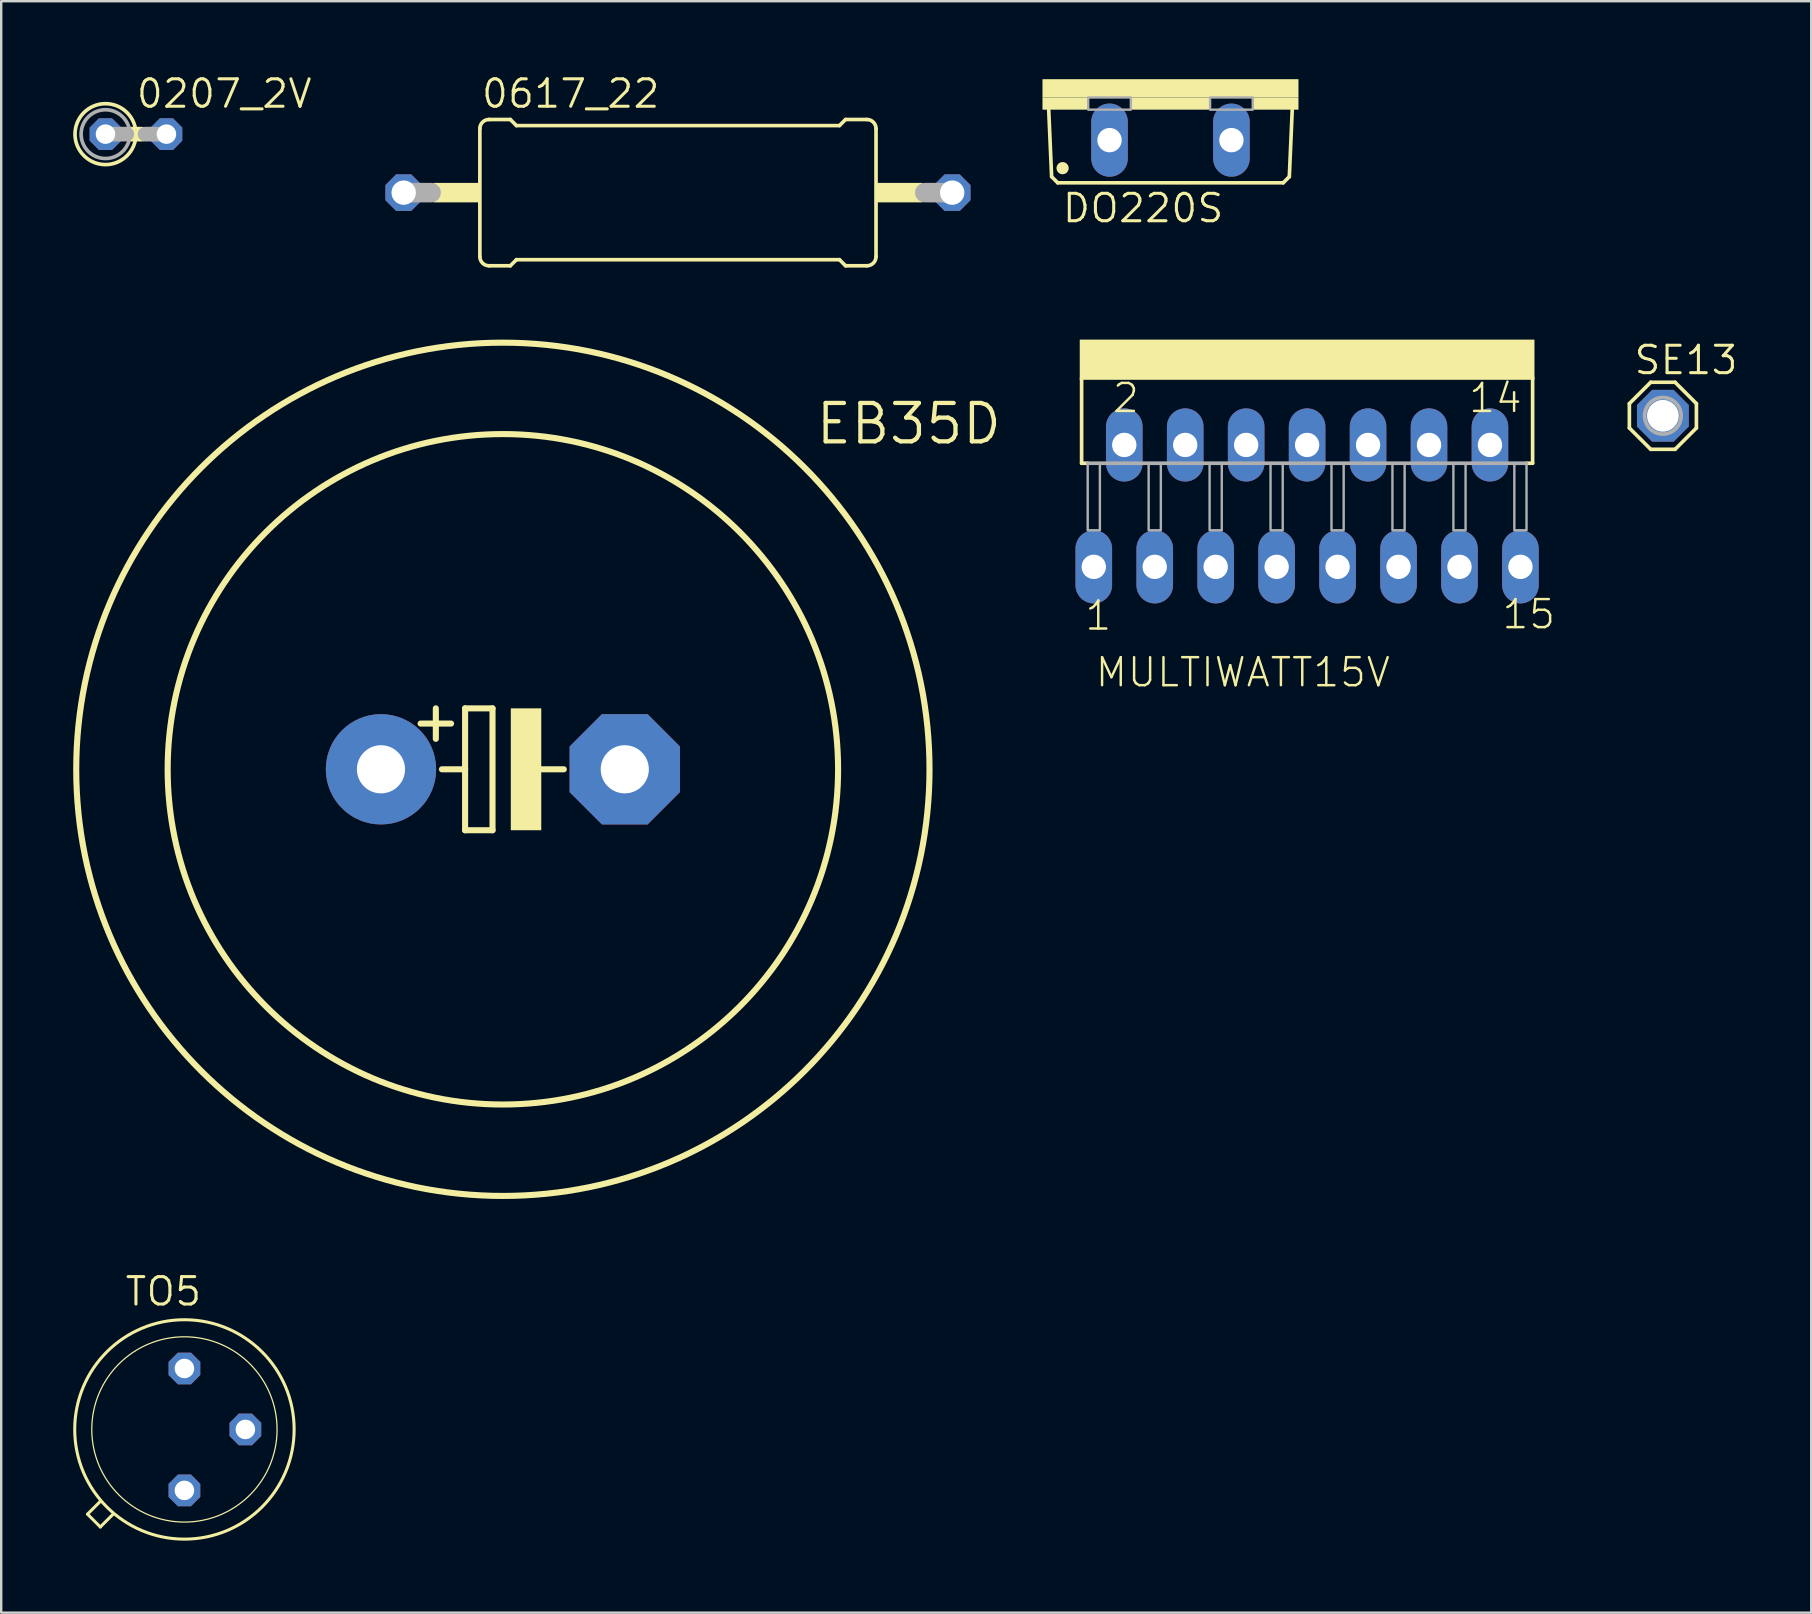
<source format=kicad_pcb>
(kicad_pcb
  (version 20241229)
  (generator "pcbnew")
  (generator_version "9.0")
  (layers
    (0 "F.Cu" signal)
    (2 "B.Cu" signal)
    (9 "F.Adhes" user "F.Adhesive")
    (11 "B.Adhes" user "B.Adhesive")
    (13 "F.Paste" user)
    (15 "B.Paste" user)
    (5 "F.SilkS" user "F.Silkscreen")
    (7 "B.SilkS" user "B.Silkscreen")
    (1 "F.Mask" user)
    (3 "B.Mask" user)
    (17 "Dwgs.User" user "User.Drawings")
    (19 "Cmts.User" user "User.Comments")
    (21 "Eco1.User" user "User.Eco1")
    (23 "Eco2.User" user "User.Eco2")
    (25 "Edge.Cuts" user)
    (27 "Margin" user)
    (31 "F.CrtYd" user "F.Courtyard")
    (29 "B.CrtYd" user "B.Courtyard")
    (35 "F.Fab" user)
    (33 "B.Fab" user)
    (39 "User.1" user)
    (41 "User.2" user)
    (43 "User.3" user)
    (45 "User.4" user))
  (footprint "0617_22"
    (layer "F.Cu")
    (at 25.203 4.978)
    (property "Reference" "0617_22" (at -8.255 -3.454 0) (layer "F.SilkS") (effects (font (size 1.143 1.143) (thickness 0.127)) (justify left bottom)))
    (fp_line (start -8.255 2.667) (end -8.255 -2.667) (stroke (width 0.152) (type solid)) (layer "F.SilkS"))
    (fp_line (start -7.874 -3.048) (end -6.985 -3.048) (stroke (width 0.152) (type solid)) (layer "F.SilkS"))
    (fp_line (start -7.874 3.048) (end -6.985 3.048) (stroke (width 0.152) (type solid)) (layer "F.SilkS"))
    (fp_line (start -6.731 -2.794) (end -6.985 -3.048) (stroke (width 0.152) (type solid)) (layer "F.SilkS"))
    (fp_line (start -6.731 2.794) (end -6.985 3.048) (stroke (width 0.152) (type solid)) (layer "F.SilkS"))
    (fp_line (start 6.731 -2.794) (end -6.731 -2.794) (stroke (width 0.152) (type solid)) (layer "F.SilkS"))
    (fp_line (start 6.731 -2.794) (end 6.985 -3.048) (stroke (width 0.152) (type solid)) (layer "F.SilkS"))
    (fp_line (start 6.731 2.794) (end -6.731 2.794) (stroke (width 0.152) (type solid)) (layer "F.SilkS"))
    (fp_line (start 6.731 2.794) (end 6.985 3.048) (stroke (width 0.152) (type solid)) (layer "F.SilkS"))
    (fp_line (start 7.874 -3.048) (end 6.985 -3.048) (stroke (width 0.152) (type solid)) (layer "F.SilkS"))
    (fp_line (start 7.874 3.048) (end 6.985 3.048) (stroke (width 0.152) (type solid)) (layer "F.SilkS"))
    (fp_line (start 8.255 2.667) (end 8.255 -2.667) (stroke (width 0.152) (type solid)) (layer "F.SilkS"))
    (fp_arc (start -8.255 -2.667) (mid -8.143408 -2.936408) (end -7.874 -3.048) (stroke (width 0.1524) (type solid)) (layer "F.SilkS"))
    (fp_arc (start -7.874 3.048) (mid -8.143408 2.936408) (end -8.255 2.667) (stroke (width 0.1524) (type solid)) (layer "F.SilkS"))
    (fp_arc (start 7.874 -3.048) (mid 8.143408 -2.936408) (end 8.255 -2.667) (stroke (width 0.1524) (type solid)) (layer "F.SilkS"))
    (fp_arc (start 8.255 2.667) (mid 8.143408 2.936408) (end 7.874 3.048) (stroke (width 0.1524) (type solid)) (layer "F.SilkS"))
    (fp_poly (pts (xy -10.185 0.406) (xy -8.255 0.406) (xy -8.255 -0.406) (xy -10.185 -0.406)) (stroke (width 0) (type solid)) (fill yes) (layer "F.SilkS"))
    (fp_poly (pts (xy 8.255 0.406) (xy 10.185 0.406) (xy 10.185 -0.406) (xy 8.255 -0.406)) (stroke (width 0) (type solid)) (fill yes) (layer "F.SilkS"))
    (fp_line (start -10.287 0) (end -11.43 0) (stroke (width 0.813) (type solid)) (layer "F.Fab"))
    (fp_line (start 11.43 0) (end 10.287 0) (stroke (width 0.813) (type solid)) (layer "F.Fab"))
    (pad "1" thru_hole roundrect (at -11.43 0) (size 1.524 1.524) (drill 1.016) (layers "*.Cu" "*.Mask") (roundrect_rratio 0.25) (chamfer_ratio 0.293) (chamfer top_left top_right bottom_left bottom_right))
    (pad "2" thru_hole roundrect (at 11.43 0) (size 1.524 1.524) (drill 1.016) (layers "*.Cu" "*.Mask") (roundrect_rratio 0.25) (chamfer_ratio 0.293) (chamfer top_left top_right bottom_left bottom_right)))
  (footprint "MULTIWATT15V"
    (layer "F.Cu")
    (at 51.423 12.953)
    (property "Reference" "MULTIWATT15V" (at -8.89 12.7 0) (layer "F.SilkS") (effects (font (size 1.168 1.168) (thickness 0.102)) (justify left bottom)))
    (fp_line (start -9.398 -0.254) (end -9.398 3.302) (stroke (width 0.152) (type solid)) (layer "F.SilkS"))
    (fp_line (start -9.398 3.302) (end -9.144 3.302) (stroke (width 0.152) (type solid)) (layer "F.SilkS"))
    (fp_line (start 9.144 3.302) (end 9.398 3.302) (stroke (width 0.152) (type solid)) (layer "F.SilkS"))
    (fp_line (start 9.398 -0.254) (end 9.398 3.302) (stroke (width 0.152) (type solid)) (layer "F.SilkS"))
    (fp_poly (pts (xy -9.475 -0.175) (xy 9.475 -0.175) (xy 9.475 -1.85) (xy -9.475 -1.85)) (stroke (width 0) (type solid)) (fill yes) (layer "F.SilkS"))
    (fp_line (start -9.144 3.302) (end 9.144 3.302) (stroke (width 0.152) (type solid)) (layer "F.Fab"))
    (fp_poly (pts (xy -9.144 6.096) (xy -8.636 6.096) (xy -8.636 3.302) (xy -9.144 3.302)) (stroke (width 0.1) (type solid)) (fill no) (layer "F.Fab"))
    (fp_poly (pts (xy -6.604 6.096) (xy -6.096 6.096) (xy -6.096 3.302) (xy -6.604 3.302)) (stroke (width 0.1) (type solid)) (fill no) (layer "F.Fab"))
    (fp_poly (pts (xy -4.064 6.096) (xy -3.556 6.096) (xy -3.556 3.302) (xy -4.064 3.302)) (stroke (width 0.1) (type solid)) (fill no) (layer "F.Fab"))
    (fp_poly (pts (xy -1.524 6.096) (xy -1.016 6.096) (xy -1.016 3.302) (xy -1.524 3.302)) (stroke (width 0.1) (type solid)) (fill no) (layer "F.Fab"))
    (fp_poly (pts (xy 1.016 6.096) (xy 1.524 6.096) (xy 1.524 3.302) (xy 1.016 3.302)) (stroke (width 0.1) (type solid)) (fill no) (layer "F.Fab"))
    (fp_poly (pts (xy 3.556 6.096) (xy 4.064 6.096) (xy 4.064 3.302) (xy 3.556 3.302)) (stroke (width 0.1) (type solid)) (fill no) (layer "F.Fab"))
    (fp_poly (pts (xy 6.096 6.096) (xy 6.604 6.096) (xy 6.604 3.302) (xy 6.096 3.302)) (stroke (width 0.1) (type solid)) (fill no) (layer "F.Fab"))
    (fp_poly (pts (xy 8.636 6.096) (xy 9.144 6.096) (xy 9.144 3.302) (xy 8.636 3.302)) (stroke (width 0.1) (type solid)) (fill no) (layer "F.Fab"))
    (fp_text user "14" (at 6.668 1.27 0) (layer "F.SilkS") (effects (font (size 1.168 1.168) (thickness 0.102)) (justify left bottom)))
    (fp_text user "15" (at 8.058 10.279 0) (layer "F.SilkS") (effects (font (size 1.168 1.168) (thickness 0.102)) (justify left bottom)))
    (fp_text user "2" (at -8.177 1.27 0) (layer "F.SilkS") (effects (font (size 1.168 1.168) (thickness 0.102)) (justify left bottom)))
    (fp_text user "1" (at -9.327 10.338 0) (layer "F.SilkS") (effects (font (size 1.168 1.168) (thickness 0.102)) (justify left bottom)))
    (pad "1" thru_hole oval (at -8.89 7.62 90) (size 3.048 1.524) (drill 1.016) (layers "*.Cu" "*.Mask"))
    (pad "2" thru_hole oval (at -7.62 2.54 90) (size 3.048 1.524) (drill 1.016) (layers "*.Cu" "*.Mask"))
    (pad "3" thru_hole oval (at -6.35 7.62 90) (size 3.048 1.524) (drill 1.016) (layers "*.Cu" "*.Mask"))
    (pad "4" thru_hole oval (at -5.08 2.54 90) (size 3.048 1.524) (drill 1.016) (layers "*.Cu" "*.Mask"))
    (pad "5" thru_hole oval (at -3.81 7.62 90) (size 3.048 1.524) (drill 1.016) (layers "*.Cu" "*.Mask"))
    (pad "6" thru_hole oval (at -2.54 2.54 90) (size 3.048 1.524) (drill 1.016) (layers "*.Cu" "*.Mask"))
    (pad "7" thru_hole oval (at -1.27 7.62 90) (size 3.048 1.524) (drill 1.016) (layers "*.Cu" "*.Mask"))
    (pad "8" thru_hole oval (at 0 2.54 90) (size 3.048 1.524) (drill 1.016) (layers "*.Cu" "*.Mask"))
    (pad "9" thru_hole oval (at 1.27 7.62 90) (size 3.048 1.524) (drill 1.016) (layers "*.Cu" "*.Mask"))
    (pad "10" thru_hole oval (at 2.54 2.54 90) (size 3.048 1.524) (drill 1.016) (layers "*.Cu" "*.Mask"))
    (pad "11" thru_hole oval (at 3.81 7.62 90) (size 3.048 1.524) (drill 1.016) (layers "*.Cu" "*.Mask"))
    (pad "12" thru_hole oval (at 5.08 2.54 90) (size 3.048 1.524) (drill 1.016) (layers "*.Cu" "*.Mask"))
    (pad "13" thru_hole oval (at 6.35 7.62 90) (size 3.048 1.524) (drill 1.016) (layers "*.Cu" "*.Mask"))
    (pad "14" thru_hole oval (at 7.62 2.54 90) (size 3.048 1.524) (drill 1.016) (layers "*.Cu" "*.Mask"))
    (pad "15" thru_hole oval (at 8.89 7.62 90) (size 3.048 1.524) (drill 1.016) (layers "*.Cu" "*.Mask")))
  (footprint "DO220S"
    (layer "F.Cu")
    (at 45.729 0.25)
    (property "Reference" "DO220S" (at -4.572 6.045 0) (layer "F.SilkS") (effects (font (size 1.143 1.143) (thickness 0.127)) (justify left bottom)))
    (fp_line (start -4.953 4.064) (end -5.08 1.143) (stroke (width 0.152) (type solid)) (layer "F.SilkS"))
    (fp_line (start -4.953 4.064) (end -4.699 4.318) (stroke (width 0.152) (type solid)) (layer "F.SilkS"))
    (fp_line (start 4.699 4.318) (end -4.699 4.318) (stroke (width 0.152) (type solid)) (layer "F.SilkS"))
    (fp_line (start 4.699 4.318) (end 4.953 4.064) (stroke (width 0.152) (type solid)) (layer "F.SilkS"))
    (fp_line (start 5.08 1.143) (end 4.953 4.064) (stroke (width 0.152) (type solid)) (layer "F.SilkS"))
    (fp_circle (center -4.496 3.708) (end -4.369 3.708) (stroke (width 0.254) (type solid)) (fill yes) (layer "F.SilkS"))
    (fp_poly (pts (xy -5.334 0.762) (xy 5.334 0.762) (xy 5.334 0) (xy -5.334 0)) (stroke (width 0) (type solid)) (fill yes) (layer "F.SilkS"))
    (fp_poly (pts (xy -5.334 1.27) (xy -3.429 1.27) (xy -3.429 0.762) (xy -5.334 0.762)) (stroke (width 0) (type solid)) (fill yes) (layer "F.SilkS"))
    (fp_poly (pts (xy -1.651 1.27) (xy 1.651 1.27) (xy 1.651 0.762) (xy -1.651 0.762)) (stroke (width 0) (type solid)) (fill yes) (layer "F.SilkS"))
    (fp_poly (pts (xy 3.429 1.27) (xy 5.334 1.27) (xy 5.334 0.762) (xy 3.429 0.762)) (stroke (width 0) (type solid)) (fill yes) (layer "F.SilkS"))
    (fp_poly (pts (xy -3.429 1.27) (xy -1.651 1.27) (xy -1.651 0.762) (xy -3.429 0.762)) (stroke (width 0.1) (type solid)) (fill no) (layer "F.Fab"))
    (fp_poly (pts (xy 1.651 1.27) (xy 3.429 1.27) (xy 3.429 0.762) (xy 1.651 0.762)) (stroke (width 0.1) (type solid)) (fill no) (layer "F.Fab"))
    (pad "A" thru_hole oval (at 2.54 2.54 90) (size 3.048 1.524) (drill 1.016) (layers "*.Cu" "*.Mask"))
    (pad "C" thru_hole oval (at -2.54 2.54 90) (size 3.048 1.524) (drill 1.016) (layers "*.Cu" "*.Mask")))
  (footprint "EB35D"
    (layer "F.Cu")
    (at 17.907 29.01)
    (property "Reference" "EB35D" (at 12.954 -13.462 0) (layer "F.SilkS") (effects (font (size 1.6 1.6) (thickness 0.178)) (justify left bottom)))
    (fp_line (start -2.794 -2.54) (end -2.794 -1.27) (stroke (width 0.254) (type solid)) (layer "F.SilkS"))
    (fp_line (start -2.54 0) (end -1.575 0) (stroke (width 0.254) (type solid)) (layer "F.SilkS"))
    (fp_line (start -2.159 -1.905) (end -3.429 -1.905) (stroke (width 0.254) (type solid)) (layer "F.SilkS"))
    (fp_line (start -1.575 -2.54) (end -0.432 -2.54) (stroke (width 0.254) (type solid)) (layer "F.SilkS"))
    (fp_line (start -1.575 0) (end -1.575 -2.54) (stroke (width 0.254) (type solid)) (layer "F.SilkS"))
    (fp_line (start -1.575 2.54) (end -1.575 0) (stroke (width 0.254) (type solid)) (layer "F.SilkS"))
    (fp_line (start -0.432 -2.54) (end -0.432 2.54) (stroke (width 0.254) (type solid)) (layer "F.SilkS"))
    (fp_line (start -0.432 2.54) (end -1.575 2.54) (stroke (width 0.254) (type solid)) (layer "F.SilkS"))
    (fp_line (start 1.397 0) (end 2.54 0) (stroke (width 0.254) (type solid)) (layer "F.SilkS"))
    (fp_circle (center 0 0) (end 13.97 0) (stroke (width 0.254) (type solid)) (fill no) (layer "F.SilkS"))
    (fp_circle (center 0 0) (end 17.78 0) (stroke (width 0.254) (type solid)) (fill no) (layer "F.SilkS"))
    (fp_poly (pts (xy 0.33 2.54) (xy 1.6 2.54) (xy 1.6 -2.54) (xy 0.33 -2.54)) (stroke (width 0) (type solid)) (fill yes) (layer "F.SilkS"))
    (pad "+" thru_hole circle (at -5.08 0) (size 4.597 4.597) (drill 2.007) (layers "*.Cu" "*.Mask"))
    (pad "-" thru_hole roundrect (at 5.08 0) (size 4.597 4.597) (drill 2.007) (layers "*.Cu" "*.Mask") (roundrect_rratio 0.25) (chamfer_ratio 0.293) (chamfer top_left top_right bottom_left bottom_right)))
  (footprint "TO5"
    (layer "F.Cu")
    (at 4.636 56.521)
    (property "Reference" "TO5" (at -2.54 -5.08 0) (layer "F.SilkS") (effects (font (size 1.143 1.143) (thickness 0.127)) (justify left bottom)))
    (fp_line (start -4.039 3.531) (end -3.505 2.997) (stroke (width 0.127) (type solid)) (layer "F.SilkS"))
    (fp_line (start -3.505 4.064) (end -4.039 3.531) (stroke (width 0.127) (type solid)) (layer "F.SilkS"))
    (fp_line (start -2.972 3.531) (end -3.505 4.064) (stroke (width 0.127) (type solid)) (layer "F.SilkS"))
    (fp_circle (center 0 0) (end 3.861 0) (stroke (width 0.051) (type solid)) (fill no) (layer "F.SilkS"))
    (fp_circle (center 0 0) (end 4.572 0) (stroke (width 0.127) (type solid)) (fill no) (layer "F.SilkS"))
    (pad "1" thru_hole roundrect (at 0 2.54) (size 1.321 1.321) (drill 0.813) (layers "*.Cu" "*.Mask") (roundrect_rratio 0.25) (chamfer_ratio 0.293) (chamfer top_left top_right bottom_left bottom_right))
    (pad "2" thru_hole roundrect (at 2.54 0) (size 1.321 1.321) (drill 0.813) (layers "*.Cu" "*.Mask") (roundrect_rratio 0.25) (chamfer_ratio 0.293) (chamfer top_left top_right bottom_left bottom_right))
    (pad "3" thru_hole roundrect (at 0 -2.54) (size 1.321 1.321) (drill 0.813) (layers "*.Cu" "*.Mask") (roundrect_rratio 0.25) (chamfer_ratio 0.293) (chamfer top_left top_right bottom_left bottom_right)))
  (footprint "SE13"
    (layer "F.Cu")
    (at 66.25 14.278)
    (property "Reference" "SE13" (at -1.27 -1.651 0) (layer "F.SilkS") (effects (font (size 1.143 1.143) (thickness 0.127)) (justify left bottom)))
    (fp_line (start -1.397 -0.508) (end -1.397 0.508) (stroke (width 0.152) (type solid)) (layer "F.SilkS"))
    (fp_line (start -1.397 -0.508) (end -0.508 -1.397) (stroke (width 0.152) (type solid)) (layer "F.SilkS"))
    (fp_line (start -0.508 -1.397) (end 0.508 -1.397) (stroke (width 0.152) (type solid)) (layer "F.SilkS"))
    (fp_line (start -0.508 1.397) (end -1.397 0.508) (stroke (width 0.152) (type solid)) (layer "F.SilkS"))
    (fp_line (start 0.508 -1.397) (end 1.397 -0.508) (stroke (width 0.152) (type solid)) (layer "F.SilkS"))
    (fp_line (start 0.508 1.397) (end -0.508 1.397) (stroke (width 0.152) (type solid)) (layer "F.SilkS"))
    (fp_line (start 0.508 1.397) (end 1.397 0.508) (stroke (width 0.152) (type solid)) (layer "F.SilkS"))
    (fp_line (start 1.397 -0.508) (end 1.397 0.508) (stroke (width 0.152) (type solid)) (layer "F.SilkS"))
    (fp_circle (center 0 0) (end 0.381 0) (stroke (width 0.254) (type solid)) (fill no) (layer "F.Fab"))
    (fp_circle (center 0 0) (end 0.762 0) (stroke (width 0.152) (type solid)) (fill no) (layer "F.Fab"))
    (pad "MP" thru_hole roundrect (at 0 0) (size 2.159 2.159) (drill 1.321) (layers "*.Cu" "*.Mask") (roundrect_rratio 0.25) (chamfer_ratio 0.293) (chamfer top_left top_right bottom_left bottom_right)))
  (footprint "0207_2V"
    (layer "F.Cu")
    (at 2.616 2.54)
    (property "Reference" "0207_2V" (at -0.051 -1.016 0) (layer "F.SilkS") (effects (font (size 1.143 1.143) (thickness 0.127)) (justify left bottom)))
    (fp_line (start -0.254 0) (end 0.254 0) (stroke (width 0.61) (type solid)) (layer "F.SilkS"))
    (fp_circle (center -1.27 0) (end 0 0) (stroke (width 0.152) (type solid)) (fill no) (layer "F.SilkS"))
    (fp_line (start -1.27 0) (end -0.381 0) (stroke (width 0.61) (type solid)) (layer "F.Fab"))
    (fp_line (start 0.381 0) (end 1.27 0) (stroke (width 0.61) (type solid)) (layer "F.Fab"))
    (fp_circle (center -1.27 0) (end -0.254 0) (stroke (width 0.152) (type solid)) (fill no) (layer "F.Fab"))
    (pad "1" thru_hole roundrect (at -1.27 0) (size 1.321 1.321) (drill 0.813) (layers "*.Cu" "*.Mask") (roundrect_rratio 0.25) (chamfer_ratio 0.293) (chamfer top_left top_right bottom_left bottom_right))
    (pad "2" thru_hole roundrect (at 1.27 0) (size 1.321 1.321) (drill 0.813) (layers "*.Cu" "*.Mask") (roundrect_rratio 0.25) (chamfer_ratio 0.293) (chamfer top_left top_right bottom_left bottom_right)))
  (gr_rect
    (start -3 -3)
    (end 72.432 64.156)
    (stroke (width 0.1) (type default))
    (fill no)
    (layer "Edge.Cuts")))
</source>
